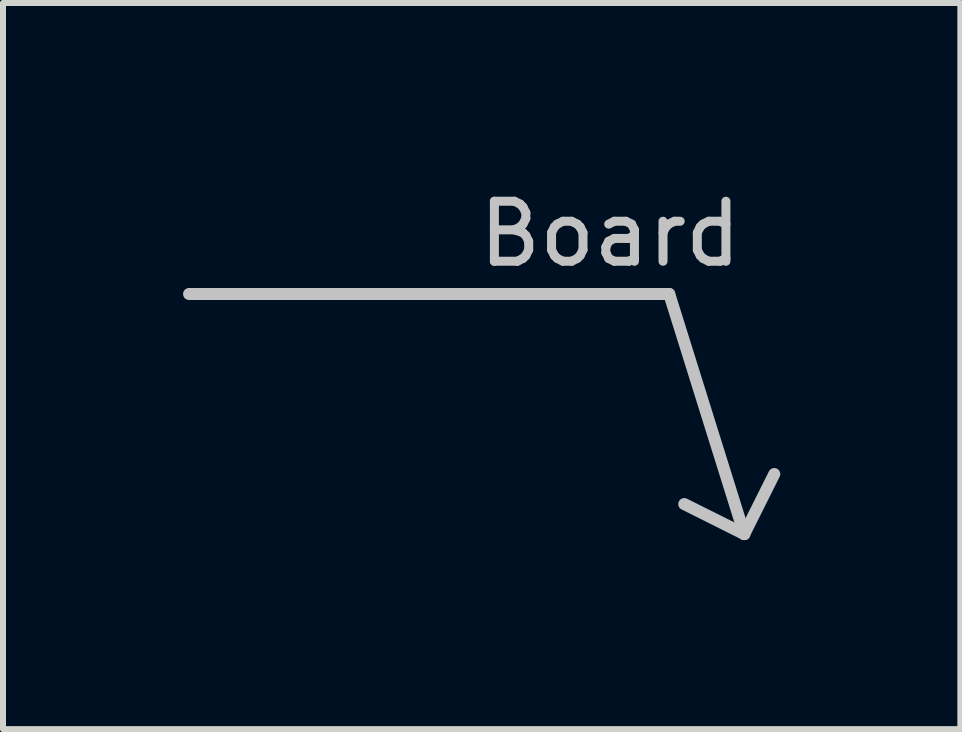
<source format=kicad_pcb>
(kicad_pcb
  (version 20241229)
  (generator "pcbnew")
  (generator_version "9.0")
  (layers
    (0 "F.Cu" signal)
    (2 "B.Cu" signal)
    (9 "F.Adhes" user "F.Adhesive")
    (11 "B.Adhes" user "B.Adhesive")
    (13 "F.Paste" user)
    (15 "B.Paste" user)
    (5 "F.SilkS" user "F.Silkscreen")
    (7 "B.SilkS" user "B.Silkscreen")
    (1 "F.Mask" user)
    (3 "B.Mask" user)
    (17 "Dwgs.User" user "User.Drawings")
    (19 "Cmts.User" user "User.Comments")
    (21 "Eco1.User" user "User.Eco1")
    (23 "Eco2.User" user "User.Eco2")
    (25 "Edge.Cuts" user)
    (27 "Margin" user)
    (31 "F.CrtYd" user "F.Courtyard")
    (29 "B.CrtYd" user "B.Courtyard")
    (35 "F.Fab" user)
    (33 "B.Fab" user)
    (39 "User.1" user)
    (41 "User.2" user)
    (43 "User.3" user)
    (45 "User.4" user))
  (footprint "Board"
    (layer "F.Cu")
    (at 9.35 5.848)
    (property "Reference" "Board" (at -4.5 -5 0) (layer "Dwgs.User") (effects (font (size 1 1) (thickness 0.15)) (justify left)))
    (attr through_hole)
    (fp_line (start -1.25 -4) (end -9.25 -4) (stroke (width 0.2) (type solid)) (layer "Dwgs.User"))
    (fp_line (start 0 0) (end -1.25 -4) (stroke (width 0.2) (type solid)) (layer "Dwgs.User"))
    (fp_line (start 0 0) (end -1 -0.5) (stroke (width 0.2) (type solid)) (layer "Dwgs.User"))
    (fp_line (start 0 0) (end 0.5 -1) (stroke (width 0.2) (type solid)) (layer "Dwgs.User")))
  (gr_rect
    (start -3 -3)
    (end 12.95 9.098)
    (stroke (width 0.1) (type default))
    (fill no)
    (layer "Edge.Cuts")))
</source>
